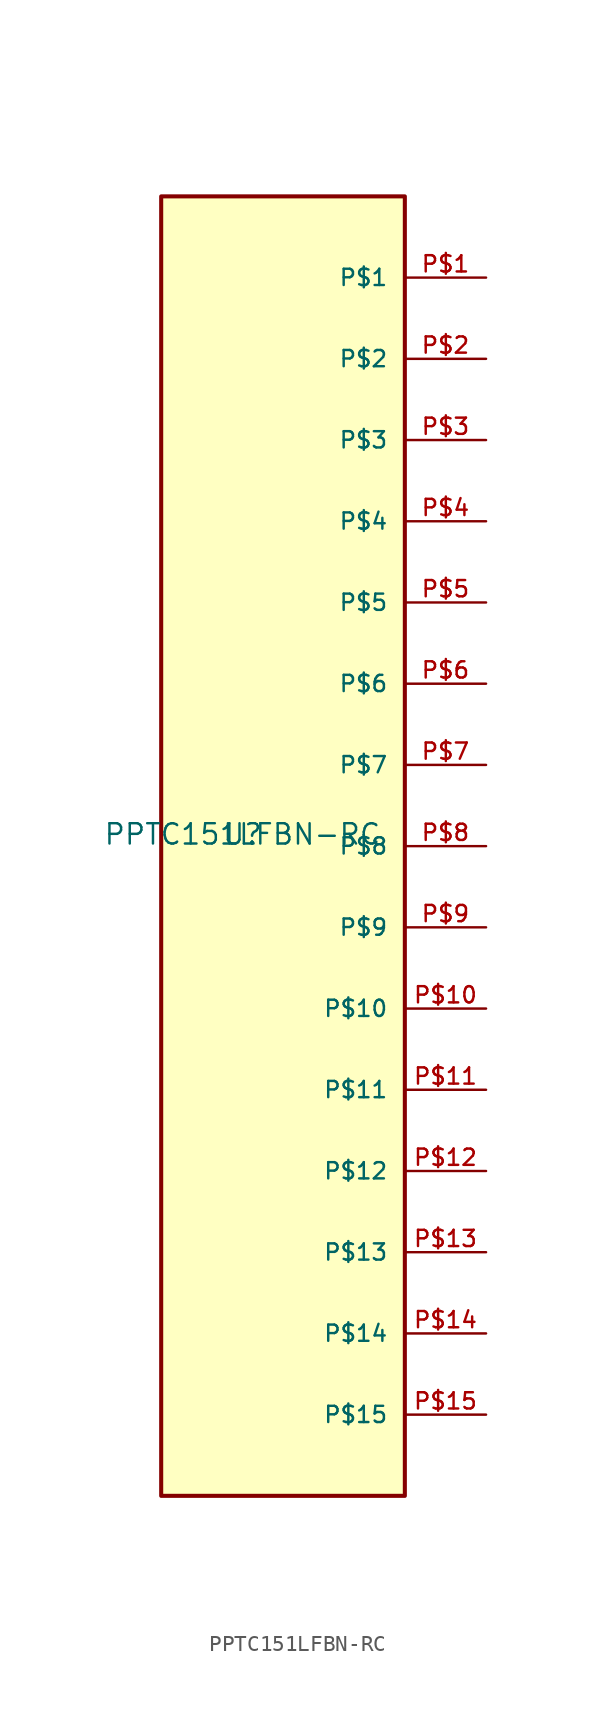
<source format=kicad_sym>
(kicad_symbol_lib
  (version 20211014)
  (generator kicad_symbol_editor)
  (symbol "PPTC151LFBN-RC"
    (pin_names
      (offset 1.016))
    (property "Reference" "U"
      (at 0 0 0)
      (effects (font (size 1.27 1.27)) (justify bottom)))
    (property "Value" "PPTC151LFBN-RC"
      (at 0 0.0 0)
      (effects (font (size 1.27 1.27)) (justify bottom)))
    (symbol "PPTC151LFBN-RC_0_0"
      (rectangle (start -5.08 -40.64) (end 10.16 40.64) (stroke (width 0.254)) (fill (type background)))
      (pin bidirectional line (at 15.24 35.56 180.0) (length 5.08) (name "P$1" (effects (font (size 1.016 1.016)))) (number "P$1" (effects (font (size 1.016 1.016)))))
      (pin bidirectional line (at 15.24 30.48 180.0) (length 5.08) (name "P$2" (effects (font (size 1.016 1.016)))) (number "P$2" (effects (font (size 1.016 1.016)))))
      (pin bidirectional line (at 15.24 25.4 180.0) (length 5.08) (name "P$3" (effects (font (size 1.016 1.016)))) (number "P$3" (effects (font (size 1.016 1.016)))))
      (pin bidirectional line (at 15.24 20.32 180.0) (length 5.08) (name "P$4" (effects (font (size 1.016 1.016)))) (number "P$4" (effects (font (size 1.016 1.016)))))
      (pin bidirectional line (at 15.24 15.24 180.0) (length 5.08) (name "P$5" (effects (font (size 1.016 1.016)))) (number "P$5" (effects (font (size 1.016 1.016)))))
      (pin bidirectional line (at 15.24 10.16 180.0) (length 5.08) (name "P$6" (effects (font (size 1.016 1.016)))) (number "P$6" (effects (font (size 1.016 1.016)))))
      (pin bidirectional line (at 15.24 5.08 180.0) (length 5.08) (name "P$7" (effects (font (size 1.016 1.016)))) (number "P$7" (effects (font (size 1.016 1.016)))))
      (pin bidirectional line (at 15.24 0.0 180.0) (length 5.08) (name "P$8" (effects (font (size 1.016 1.016)))) (number "P$8" (effects (font (size 1.016 1.016)))))
      (pin bidirectional line (at 15.24 -5.08 180.0) (length 5.08) (name "P$9" (effects (font (size 1.016 1.016)))) (number "P$9" (effects (font (size 1.016 1.016)))))
      (pin bidirectional line (at 15.24 -10.16 180.0) (length 5.08) (name "P$10" (effects (font (size 1.016 1.016)))) (number "P$10" (effects (font (size 1.016 1.016)))))
      (pin bidirectional line (at 15.24 -15.24 180.0) (length 5.08) (name "P$11" (effects (font (size 1.016 1.016)))) (number "P$11" (effects (font (size 1.016 1.016)))))
      (pin bidirectional line (at 15.24 -20.32 180.0) (length 5.08) (name "P$12" (effects (font (size 1.016 1.016)))) (number "P$12" (effects (font (size 1.016 1.016)))))
      (pin bidirectional line (at 15.24 -25.4 180.0) (length 5.08) (name "P$13" (effects (font (size 1.016 1.016)))) (number "P$13" (effects (font (size 1.016 1.016)))))
      (pin bidirectional line (at 15.24 -30.48 180.0) (length 5.08) (name "P$14" (effects (font (size 1.016 1.016)))) (number "P$14" (effects (font (size 1.016 1.016)))))
      (pin bidirectional line (at 15.24 -35.56 180.0) (length 5.08) (name "P$15" (effects (font (size 1.016 1.016)))) (number "P$15" (effects (font (size 1.016 1.016))))))))
</source>
